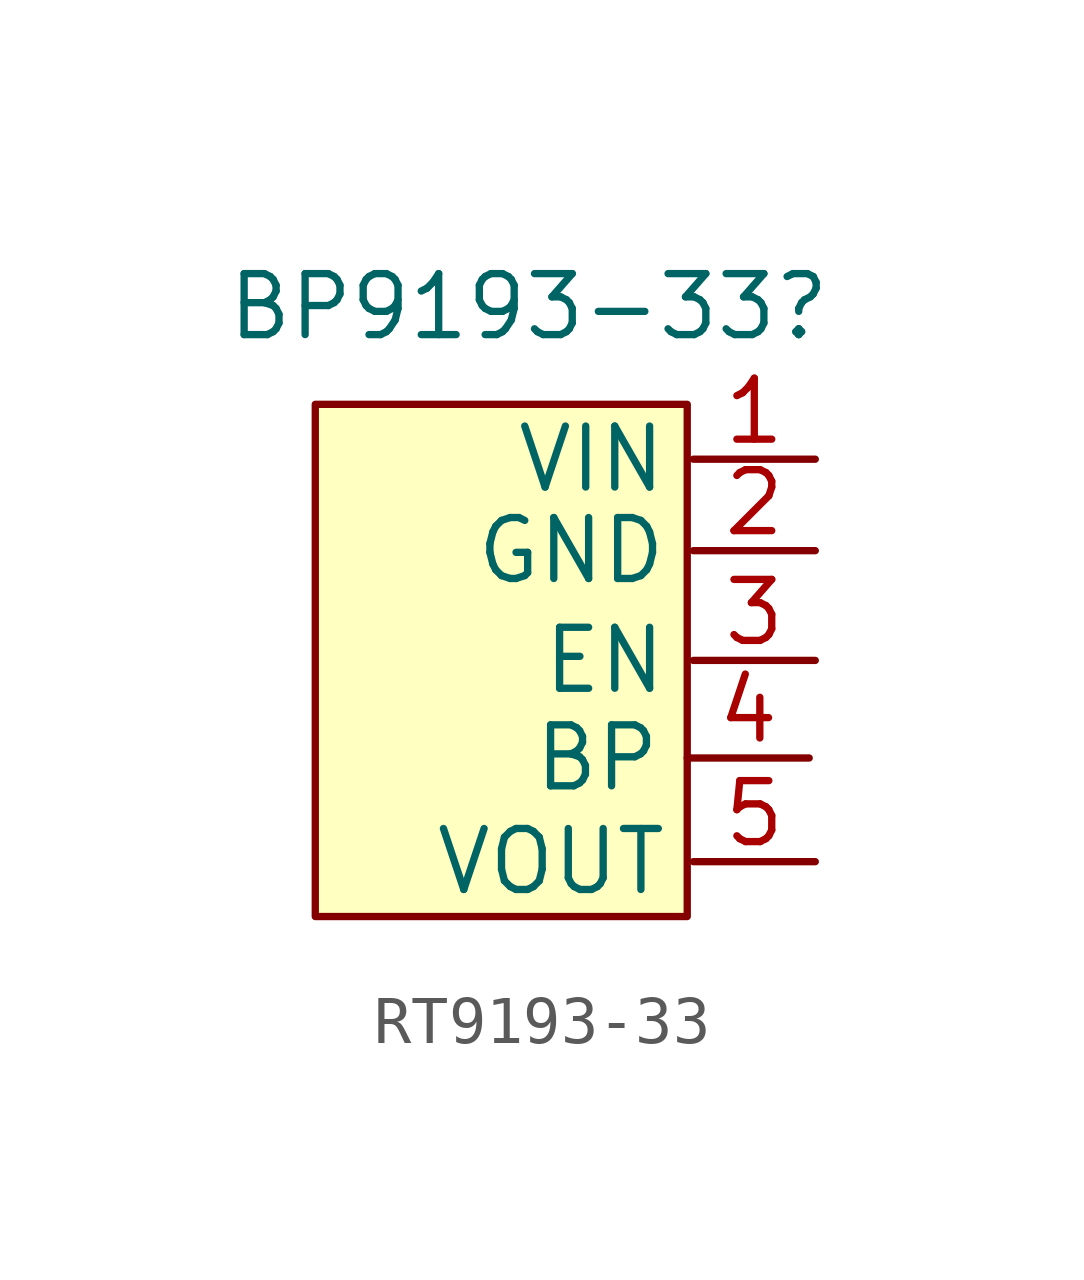
<source format=kicad_sym>
(kicad_symbol_lib
  (version 20220914)
  (generator kicad_symbol_editor)
  (symbol "RT9193-33"
    (property "Reference" "BP9193-33"
      (at 0.635 7.493 0)
      (effects (font (size 1.27 1.27))))
    (property "Value" ""
      (at 0 -0.635 0)
      (effects (font (size 1.27 1.27))))
    (symbol "RT9193-33_1_1"
      (rectangle (start -3.81 5.461) (end 3.937 -5.207) (stroke (width 0) (type default)) (fill (type background)))
      (pin bidirectional line (at 6.604 4.318 180) (length 2.54) (name "VIN" (effects (font (size 1.27 1.27)))) (number "1" (effects (font (size 1.27 1.27)))))
      (pin bidirectional line (at 6.604 2.413 180) (length 2.54) (name "GND" (effects (font (size 1.27 1.27)))) (number "2" (effects (font (size 1.27 1.27)))))
      (pin bidirectional line (at 6.604 0.127 180) (length 2.54) (name "EN" (effects (font (size 1.27 1.27)))) (number "3" (effects (font (size 1.27 1.27)))))
      (pin bidirectional line (at 6.477 -1.905 180) (length 2.54) (name "BP" (effects (font (size 1.27 1.27)))) (number "4" (effects (font (size 1.27 1.27)))))
      (pin bidirectional line (at 6.604 -4.064 180) (length 2.54) (name "VOUT" (effects (font (size 1.27 1.27)))) (number "5" (effects (font (size 1.27 1.27))))))))
</source>
